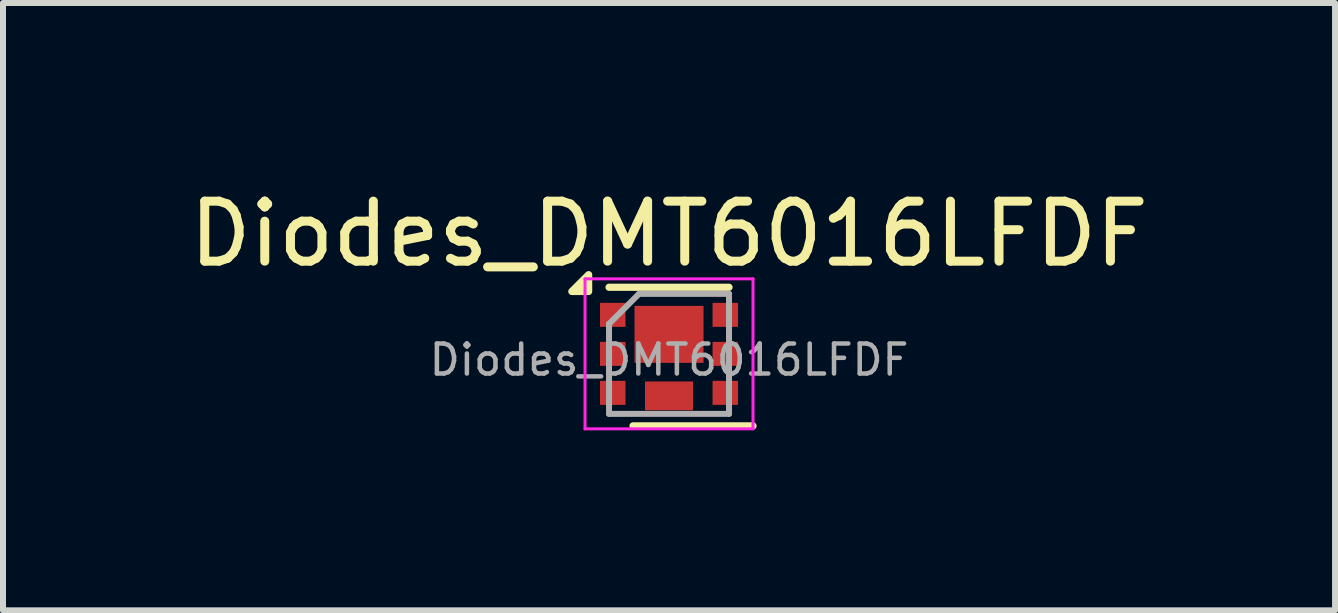
<source format=kicad_pcb>
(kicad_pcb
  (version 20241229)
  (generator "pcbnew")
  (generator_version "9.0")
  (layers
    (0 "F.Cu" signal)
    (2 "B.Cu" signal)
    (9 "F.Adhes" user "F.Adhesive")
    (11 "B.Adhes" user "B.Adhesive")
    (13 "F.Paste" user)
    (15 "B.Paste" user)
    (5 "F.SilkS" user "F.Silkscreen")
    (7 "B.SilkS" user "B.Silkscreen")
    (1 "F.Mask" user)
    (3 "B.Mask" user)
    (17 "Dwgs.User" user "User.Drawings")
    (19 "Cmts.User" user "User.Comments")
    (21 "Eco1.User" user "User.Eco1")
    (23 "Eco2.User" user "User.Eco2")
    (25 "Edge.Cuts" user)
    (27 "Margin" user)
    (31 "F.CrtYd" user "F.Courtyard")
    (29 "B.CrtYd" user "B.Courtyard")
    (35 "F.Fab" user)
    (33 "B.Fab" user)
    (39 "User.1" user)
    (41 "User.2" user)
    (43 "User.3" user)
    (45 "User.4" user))
  (footprint "Diodes_DMT6016LFDF"
    (layer "F.Cu")
    (at 8.101 2.848)
    (property "Reference" "Diodes_DMT6016LFDF" (at 0 -2 0) (layer "F.SilkS") (effects (font (size 1 1) (thickness 0.15))))
    (attr smd)
    (fp_line (start 1 -1.11) (end -1 -1.11) (stroke (width 0.12) (type solid)) (layer "F.SilkS"))
    (fp_line (start 1.4 1.2) (end -0.6 1.2) (stroke (width 0.12) (type solid)) (layer "F.SilkS"))
    (fp_poly (pts (xy -1.34 -1.04) (xy -1.62 -1.04) (xy -1.34 -1.32) (xy -1.34 -1.04)) (stroke (width 0.12) (type solid)) (fill yes) (layer "F.SilkS"))
    (fp_line (start -1.4 -1.25) (end -1.4 1.25) (stroke (width 0.05) (type solid)) (layer "F.CrtYd"))
    (fp_line (start -1.4 1.25) (end 1.4 1.25) (stroke (width 0.05) (type solid)) (layer "F.CrtYd"))
    (fp_line (start 1.4 -1.25) (end -1.4 -1.25) (stroke (width 0.05) (type solid)) (layer "F.CrtYd"))
    (fp_line (start 1.4 1.25) (end 1.4 -1.25) (stroke (width 0.05) (type solid)) (layer "F.CrtYd"))
    (fp_line (start -1 1) (end -1 -0.5) (stroke (width 0.1) (type solid)) (layer "F.Fab"))
    (fp_line (start -0.5 -1) (end -1 -0.5) (stroke (width 0.1) (type solid)) (layer "F.Fab"))
    (fp_line (start -0.5 -1) (end 1 -1) (stroke (width 0.1) (type solid)) (layer "F.Fab"))
    (fp_line (start 1 -1) (end 1 1) (stroke (width 0.1) (type solid)) (layer "F.Fab"))
    (fp_line (start 1 1) (end -1 1) (stroke (width 0.1) (type solid)) (layer "F.Fab"))
    (fp_text user "${REFERENCE}" (at 0 0.1 0) (layer "F.Fab") (effects (font (size 0.5 0.5) (thickness 0.075))))
    (pad "1" smd rect (at -0.938 -0.65) (size 0.425 0.4) (layers "F.Cu" "F.Mask" "F.Paste"))
    (pad "1" smd rect (at -0.938 0) (size 0.425 0.4) (layers "F.Cu" "F.Mask" "F.Paste"))
    (pad "1" smd rect (at 0 -0.325) (size 1.15 0.95) (layers "F.Cu" "F.Mask" "F.Paste"))
    (pad "1" smd rect (at 0.938 -0.65) (size 0.425 0.4) (layers "F.Cu" "F.Mask" "F.Paste"))
    (pad "1" smd rect (at 0.938 0) (size 0.425 0.4) (layers "F.Cu" "F.Mask" "F.Paste"))
    (pad "2" smd rect (at -0.938 0.65) (size 0.425 0.4) (layers "F.Cu" "F.Mask" "F.Paste"))
    (pad "3" smd rect (at 0 0.7) (size 0.8 0.48) (layers "F.Cu" "F.Mask" "F.Paste"))
    (pad "3" smd rect (at 0.938 0.65) (size 0.425 0.4) (layers "F.Cu" "F.Mask" "F.Paste")))
  (gr_rect
    (start -3 -3)
    (end 19.202 7.123)
    (stroke (width 0.1) (type default))
    (fill no)
    (layer "Edge.Cuts")))
</source>
